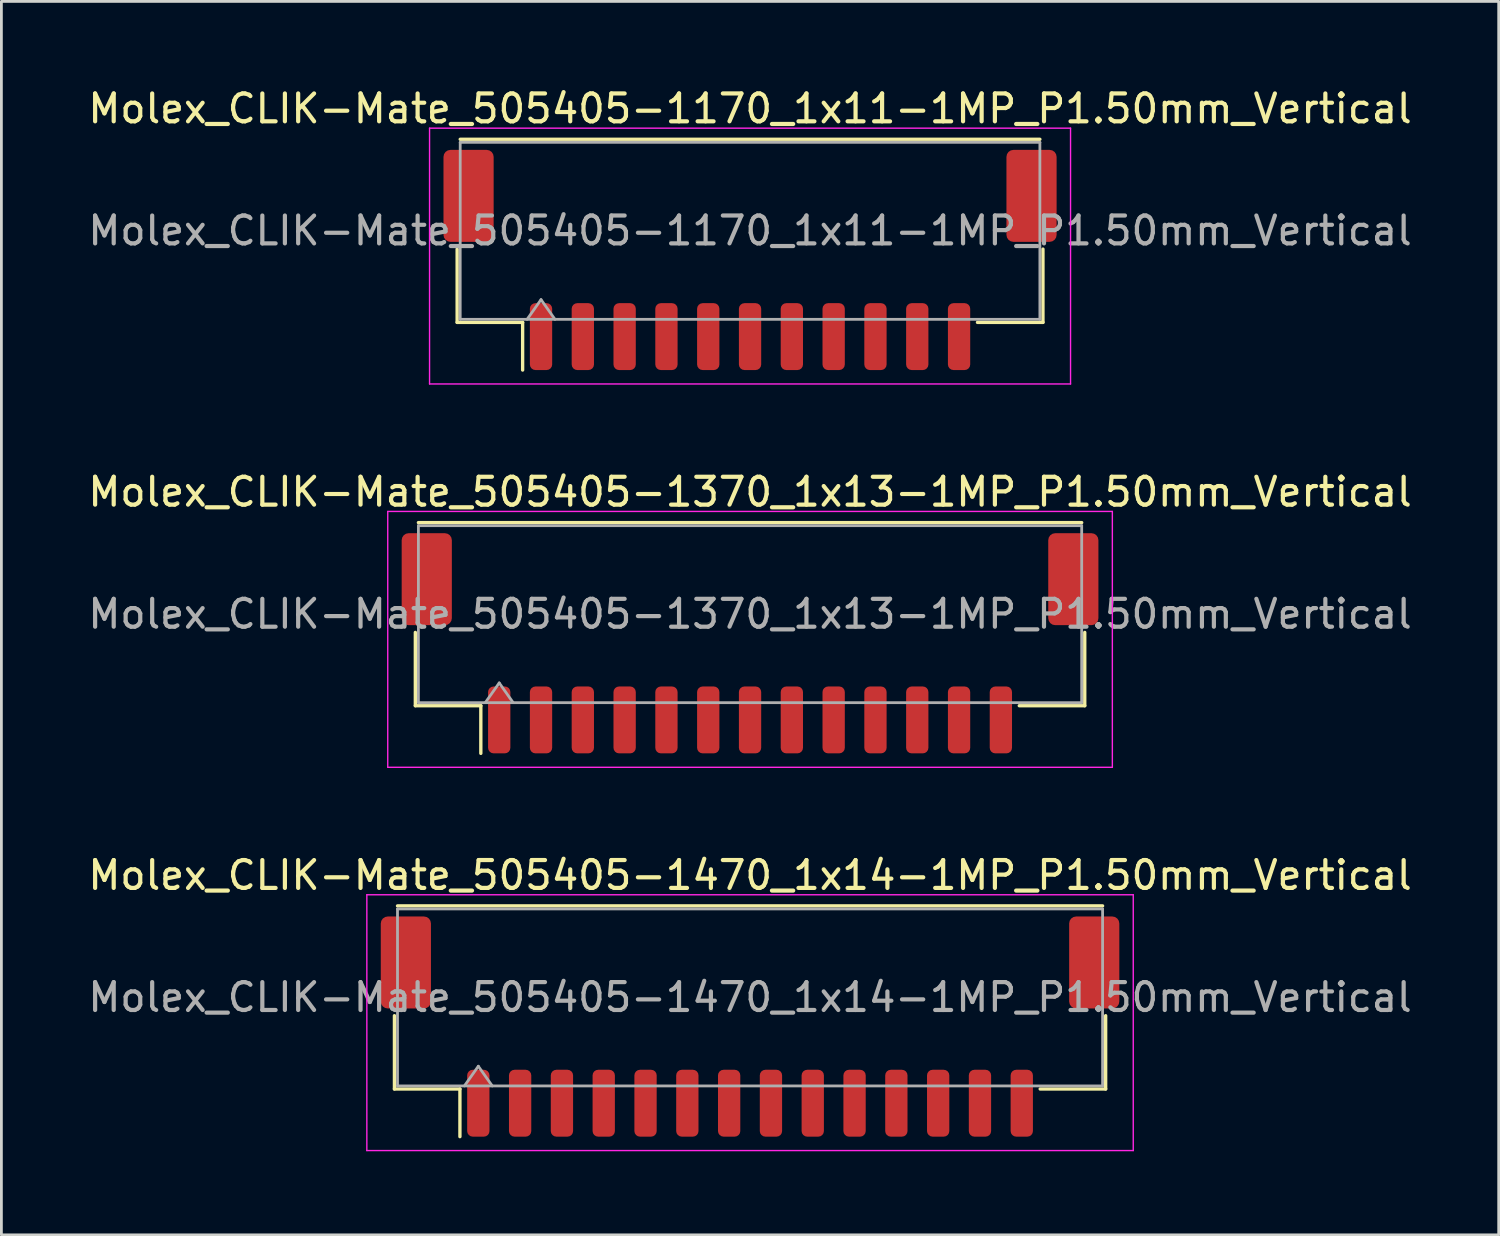
<source format=kicad_pcb>
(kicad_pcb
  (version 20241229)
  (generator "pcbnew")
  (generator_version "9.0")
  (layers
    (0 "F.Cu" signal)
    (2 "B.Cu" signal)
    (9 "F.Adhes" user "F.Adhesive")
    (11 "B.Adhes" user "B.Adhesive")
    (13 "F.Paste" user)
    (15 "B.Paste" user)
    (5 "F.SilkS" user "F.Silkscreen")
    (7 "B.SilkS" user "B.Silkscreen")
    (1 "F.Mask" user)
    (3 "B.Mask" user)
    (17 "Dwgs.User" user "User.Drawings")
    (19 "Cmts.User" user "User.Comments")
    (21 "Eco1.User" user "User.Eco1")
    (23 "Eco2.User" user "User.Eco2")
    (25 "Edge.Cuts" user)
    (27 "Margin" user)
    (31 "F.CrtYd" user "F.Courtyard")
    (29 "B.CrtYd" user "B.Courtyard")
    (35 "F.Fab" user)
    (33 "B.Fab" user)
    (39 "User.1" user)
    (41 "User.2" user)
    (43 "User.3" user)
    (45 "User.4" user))
  (footprint "Molex_CLIK-Mate_505405-1170_1x11-1MP_P1.50mm_Vertical"
    (layer "F.Cu")
    (at 23.863 6.278)
    (property "Reference" "Molex_CLIK-Mate_505405-1170_1x11-1MP_P1.50mm_Vertical" (at 0 -5.43 0) (layer "F.SilkS") (effects (font (size 1 1) (thickness 0.15))))
    (attr smd)
    (fp_line (start -10.51 -0.39) (end -10.51 2.24) (stroke (width 0.12) (type solid)) (layer "F.SilkS"))
    (fp_line (start -10.51 2.24) (end -8.16 2.24) (stroke (width 0.12) (type solid)) (layer "F.SilkS"))
    (fp_line (start -10.4 -4.33) (end 10.4 -4.33) (stroke (width 0.12) (type solid)) (layer "F.SilkS"))
    (fp_line (start -8.16 2.24) (end -8.16 3.95) (stroke (width 0.12) (type solid)) (layer "F.SilkS"))
    (fp_line (start 10.51 -0.39) (end 10.51 2.24) (stroke (width 0.12) (type solid)) (layer "F.SilkS"))
    (fp_line (start 10.51 2.24) (end 8.16 2.24) (stroke (width 0.12) (type solid)) (layer "F.SilkS"))
    (fp_line (start -11.5 -4.73) (end -11.5 4.45) (stroke (width 0.05) (type solid)) (layer "F.CrtYd"))
    (fp_line (start -11.5 4.45) (end 11.5 4.45) (stroke (width 0.05) (type solid)) (layer "F.CrtYd"))
    (fp_line (start 11.5 -4.73) (end -11.5 -4.73) (stroke (width 0.05) (type solid)) (layer "F.CrtYd"))
    (fp_line (start 11.5 4.45) (end 11.5 -4.73) (stroke (width 0.05) (type solid)) (layer "F.CrtYd"))
    (fp_line (start -10.4 -4.22) (end 10.4 -4.22) (stroke (width 0.1) (type solid)) (layer "F.Fab"))
    (fp_line (start -10.4 2.13) (end -10.4 -4.22) (stroke (width 0.1) (type solid)) (layer "F.Fab"))
    (fp_line (start -10.4 2.13) (end 10.4 2.13) (stroke (width 0.1) (type solid)) (layer "F.Fab"))
    (fp_line (start -8 2.13) (end -7.5 1.423) (stroke (width 0.1) (type solid)) (layer "F.Fab"))
    (fp_line (start -7.5 1.423) (end -7 2.13) (stroke (width 0.1) (type solid)) (layer "F.Fab"))
    (fp_line (start 10.4 2.13) (end 10.4 -4.22) (stroke (width 0.1) (type solid)) (layer "F.Fab"))
    (fp_text user "${REFERENCE}" (at 0 -1.05 0) (layer "F.Fab") (effects (font (size 1 1) (thickness 0.15))))
    (pad "1" smd roundrect (at -7.5 2.75) (size 0.8 2.4) (layers "F.Cu" "F.Mask" "F.Paste") (roundrect_rratio 0.25))
    (pad "2" smd roundrect (at -6 2.75) (size 0.8 2.4) (layers "F.Cu" "F.Mask" "F.Paste") (roundrect_rratio 0.25))
    (pad "3" smd roundrect (at -4.5 2.75) (size 0.8 2.4) (layers "F.Cu" "F.Mask" "F.Paste") (roundrect_rratio 0.25))
    (pad "4" smd roundrect (at -3 2.75) (size 0.8 2.4) (layers "F.Cu" "F.Mask" "F.Paste") (roundrect_rratio 0.25))
    (pad "5" smd roundrect (at -1.5 2.75) (size 0.8 2.4) (layers "F.Cu" "F.Mask" "F.Paste") (roundrect_rratio 0.25))
    (pad "6" smd roundrect (at 0 2.75) (size 0.8 2.4) (layers "F.Cu" "F.Mask" "F.Paste") (roundrect_rratio 0.25))
    (pad "7" smd roundrect (at 1.5 2.75) (size 0.8 2.4) (layers "F.Cu" "F.Mask" "F.Paste") (roundrect_rratio 0.25))
    (pad "8" smd roundrect (at 3 2.75) (size 0.8 2.4) (layers "F.Cu" "F.Mask" "F.Paste") (roundrect_rratio 0.25))
    (pad "9" smd roundrect (at 4.5 2.75) (size 0.8 2.4) (layers "F.Cu" "F.Mask" "F.Paste") (roundrect_rratio 0.25))
    (pad "10" smd roundrect (at 6 2.75) (size 0.8 2.4) (layers "F.Cu" "F.Mask" "F.Paste") (roundrect_rratio 0.25))
    (pad "11" smd roundrect (at 7.5 2.75) (size 0.8 2.4) (layers "F.Cu" "F.Mask" "F.Paste") (roundrect_rratio 0.25))
    (pad "MP" smd roundrect (at -10.1 -2.3) (size 1.8 3.3) (layers "F.Cu" "F.Mask" "F.Paste") (roundrect_rratio 0.139))
    (pad "MP" smd roundrect (at 10.1 -2.3) (size 1.8 3.3) (layers "F.Cu" "F.Mask" "F.Paste") (roundrect_rratio 0.139)))
  (footprint "Molex_CLIK-Mate_505405-1370_1x13-1MP_P1.50mm_Vertical"
    (layer "F.Cu")
    (at 23.863 20.032)
    (property "Reference" "Molex_CLIK-Mate_505405-1370_1x13-1MP_P1.50mm_Vertical" (at 0 -5.43 0) (layer "F.SilkS") (effects (font (size 1 1) (thickness 0.15))))
    (attr smd)
    (fp_line (start -12.01 -0.39) (end -12.01 2.24) (stroke (width 0.12) (type solid)) (layer "F.SilkS"))
    (fp_line (start -12.01 2.24) (end -9.66 2.24) (stroke (width 0.12) (type solid)) (layer "F.SilkS"))
    (fp_line (start -11.9 -4.33) (end 11.9 -4.33) (stroke (width 0.12) (type solid)) (layer "F.SilkS"))
    (fp_line (start -9.66 2.24) (end -9.66 3.95) (stroke (width 0.12) (type solid)) (layer "F.SilkS"))
    (fp_line (start 12.01 -0.39) (end 12.01 2.24) (stroke (width 0.12) (type solid)) (layer "F.SilkS"))
    (fp_line (start 12.01 2.24) (end 9.66 2.24) (stroke (width 0.12) (type solid)) (layer "F.SilkS"))
    (fp_line (start -13 -4.73) (end -13 4.45) (stroke (width 0.05) (type solid)) (layer "F.CrtYd"))
    (fp_line (start -13 4.45) (end 13 4.45) (stroke (width 0.05) (type solid)) (layer "F.CrtYd"))
    (fp_line (start 13 -4.73) (end -13 -4.73) (stroke (width 0.05) (type solid)) (layer "F.CrtYd"))
    (fp_line (start 13 4.45) (end 13 -4.73) (stroke (width 0.05) (type solid)) (layer "F.CrtYd"))
    (fp_line (start -11.9 -4.22) (end 11.9 -4.22) (stroke (width 0.1) (type solid)) (layer "F.Fab"))
    (fp_line (start -11.9 2.13) (end -11.9 -4.22) (stroke (width 0.1) (type solid)) (layer "F.Fab"))
    (fp_line (start -11.9 2.13) (end 11.9 2.13) (stroke (width 0.1) (type solid)) (layer "F.Fab"))
    (fp_line (start -9.5 2.13) (end -9 1.423) (stroke (width 0.1) (type solid)) (layer "F.Fab"))
    (fp_line (start -9 1.423) (end -8.5 2.13) (stroke (width 0.1) (type solid)) (layer "F.Fab"))
    (fp_line (start 11.9 2.13) (end 11.9 -4.22) (stroke (width 0.1) (type solid)) (layer "F.Fab"))
    (fp_text user "${REFERENCE}" (at 0 -1.05 0) (layer "F.Fab") (effects (font (size 1 1) (thickness 0.15))))
    (pad "1" smd roundrect (at -9 2.75) (size 0.8 2.4) (layers "F.Cu" "F.Mask" "F.Paste") (roundrect_rratio 0.25))
    (pad "2" smd roundrect (at -7.5 2.75) (size 0.8 2.4) (layers "F.Cu" "F.Mask" "F.Paste") (roundrect_rratio 0.25))
    (pad "3" smd roundrect (at -6 2.75) (size 0.8 2.4) (layers "F.Cu" "F.Mask" "F.Paste") (roundrect_rratio 0.25))
    (pad "4" smd roundrect (at -4.5 2.75) (size 0.8 2.4) (layers "F.Cu" "F.Mask" "F.Paste") (roundrect_rratio 0.25))
    (pad "5" smd roundrect (at -3 2.75) (size 0.8 2.4) (layers "F.Cu" "F.Mask" "F.Paste") (roundrect_rratio 0.25))
    (pad "6" smd roundrect (at -1.5 2.75) (size 0.8 2.4) (layers "F.Cu" "F.Mask" "F.Paste") (roundrect_rratio 0.25))
    (pad "7" smd roundrect (at 0 2.75) (size 0.8 2.4) (layers "F.Cu" "F.Mask" "F.Paste") (roundrect_rratio 0.25))
    (pad "8" smd roundrect (at 1.5 2.75) (size 0.8 2.4) (layers "F.Cu" "F.Mask" "F.Paste") (roundrect_rratio 0.25))
    (pad "9" smd roundrect (at 3 2.75) (size 0.8 2.4) (layers "F.Cu" "F.Mask" "F.Paste") (roundrect_rratio 0.25))
    (pad "10" smd roundrect (at 4.5 2.75) (size 0.8 2.4) (layers "F.Cu" "F.Mask" "F.Paste") (roundrect_rratio 0.25))
    (pad "11" smd roundrect (at 6 2.75) (size 0.8 2.4) (layers "F.Cu" "F.Mask" "F.Paste") (roundrect_rratio 0.25))
    (pad "12" smd roundrect (at 7.5 2.75) (size 0.8 2.4) (layers "F.Cu" "F.Mask" "F.Paste") (roundrect_rratio 0.25))
    (pad "13" smd roundrect (at 9 2.75) (size 0.8 2.4) (layers "F.Cu" "F.Mask" "F.Paste") (roundrect_rratio 0.25))
    (pad "MP" smd roundrect (at -11.6 -2.3) (size 1.8 3.3) (layers "F.Cu" "F.Mask" "F.Paste") (roundrect_rratio 0.139))
    (pad "MP" smd roundrect (at 11.6 -2.3) (size 1.8 3.3) (layers "F.Cu" "F.Mask" "F.Paste") (roundrect_rratio 0.139)))
  (footprint "Molex_CLIK-Mate_505405-1470_1x14-1MP_P1.50mm_Vertical"
    (layer "F.Cu")
    (at 23.863 33.785)
    (property "Reference" "Molex_CLIK-Mate_505405-1470_1x14-1MP_P1.50mm_Vertical" (at 0 -5.43 0) (layer "F.SilkS") (effects (font (size 1 1) (thickness 0.15))))
    (attr smd)
    (fp_line (start -12.76 -0.39) (end -12.76 2.24) (stroke (width 0.12) (type solid)) (layer "F.SilkS"))
    (fp_line (start -12.76 2.24) (end -10.41 2.24) (stroke (width 0.12) (type solid)) (layer "F.SilkS"))
    (fp_line (start -12.65 -4.33) (end 12.65 -4.33) (stroke (width 0.12) (type solid)) (layer "F.SilkS"))
    (fp_line (start -10.41 2.24) (end -10.41 3.95) (stroke (width 0.12) (type solid)) (layer "F.SilkS"))
    (fp_line (start 12.76 -0.39) (end 12.76 2.24) (stroke (width 0.12) (type solid)) (layer "F.SilkS"))
    (fp_line (start 12.76 2.24) (end 10.41 2.24) (stroke (width 0.12) (type solid)) (layer "F.SilkS"))
    (fp_line (start -13.75 -4.73) (end -13.75 4.45) (stroke (width 0.05) (type solid)) (layer "F.CrtYd"))
    (fp_line (start -13.75 4.45) (end 13.75 4.45) (stroke (width 0.05) (type solid)) (layer "F.CrtYd"))
    (fp_line (start 13.75 -4.73) (end -13.75 -4.73) (stroke (width 0.05) (type solid)) (layer "F.CrtYd"))
    (fp_line (start 13.75 4.45) (end 13.75 -4.73) (stroke (width 0.05) (type solid)) (layer "F.CrtYd"))
    (fp_line (start -12.65 -4.22) (end 12.65 -4.22) (stroke (width 0.1) (type solid)) (layer "F.Fab"))
    (fp_line (start -12.65 2.13) (end -12.65 -4.22) (stroke (width 0.1) (type solid)) (layer "F.Fab"))
    (fp_line (start -12.65 2.13) (end 12.65 2.13) (stroke (width 0.1) (type solid)) (layer "F.Fab"))
    (fp_line (start -10.25 2.13) (end -9.75 1.423) (stroke (width 0.1) (type solid)) (layer "F.Fab"))
    (fp_line (start -9.75 1.423) (end -9.25 2.13) (stroke (width 0.1) (type solid)) (layer "F.Fab"))
    (fp_line (start 12.65 2.13) (end 12.65 -4.22) (stroke (width 0.1) (type solid)) (layer "F.Fab"))
    (fp_text user "${REFERENCE}" (at 0 -1.05 0) (layer "F.Fab") (effects (font (size 1 1) (thickness 0.15))))
    (pad "1" smd roundrect (at -9.75 2.75) (size 0.8 2.4) (layers "F.Cu" "F.Mask" "F.Paste") (roundrect_rratio 0.25))
    (pad "2" smd roundrect (at -8.25 2.75) (size 0.8 2.4) (layers "F.Cu" "F.Mask" "F.Paste") (roundrect_rratio 0.25))
    (pad "3" smd roundrect (at -6.75 2.75) (size 0.8 2.4) (layers "F.Cu" "F.Mask" "F.Paste") (roundrect_rratio 0.25))
    (pad "4" smd roundrect (at -5.25 2.75) (size 0.8 2.4) (layers "F.Cu" "F.Mask" "F.Paste") (roundrect_rratio 0.25))
    (pad "5" smd roundrect (at -3.75 2.75) (size 0.8 2.4) (layers "F.Cu" "F.Mask" "F.Paste") (roundrect_rratio 0.25))
    (pad "6" smd roundrect (at -2.25 2.75) (size 0.8 2.4) (layers "F.Cu" "F.Mask" "F.Paste") (roundrect_rratio 0.25))
    (pad "7" smd roundrect (at -0.75 2.75) (size 0.8 2.4) (layers "F.Cu" "F.Mask" "F.Paste") (roundrect_rratio 0.25))
    (pad "8" smd roundrect (at 0.75 2.75) (size 0.8 2.4) (layers "F.Cu" "F.Mask" "F.Paste") (roundrect_rratio 0.25))
    (pad "9" smd roundrect (at 2.25 2.75) (size 0.8 2.4) (layers "F.Cu" "F.Mask" "F.Paste") (roundrect_rratio 0.25))
    (pad "10" smd roundrect (at 3.75 2.75) (size 0.8 2.4) (layers "F.Cu" "F.Mask" "F.Paste") (roundrect_rratio 0.25))
    (pad "11" smd roundrect (at 5.25 2.75) (size 0.8 2.4) (layers "F.Cu" "F.Mask" "F.Paste") (roundrect_rratio 0.25))
    (pad "12" smd roundrect (at 6.75 2.75) (size 0.8 2.4) (layers "F.Cu" "F.Mask" "F.Paste") (roundrect_rratio 0.25))
    (pad "13" smd roundrect (at 8.25 2.75) (size 0.8 2.4) (layers "F.Cu" "F.Mask" "F.Paste") (roundrect_rratio 0.25))
    (pad "14" smd roundrect (at 9.75 2.75) (size 0.8 2.4) (layers "F.Cu" "F.Mask" "F.Paste") (roundrect_rratio 0.25))
    (pad "MP" smd roundrect (at -12.35 -2.3) (size 1.8 3.3) (layers "F.Cu" "F.Mask" "F.Paste") (roundrect_rratio 0.139))
    (pad "MP" smd roundrect (at 12.35 -2.3) (size 1.8 3.3) (layers "F.Cu" "F.Mask" "F.Paste") (roundrect_rratio 0.139)))
  (gr_rect
    (start -3 -3)
    (end 50.726 41.26)
    (stroke (width 0.1) (type default))
    (fill no)
    (layer "Edge.Cuts")))
</source>
